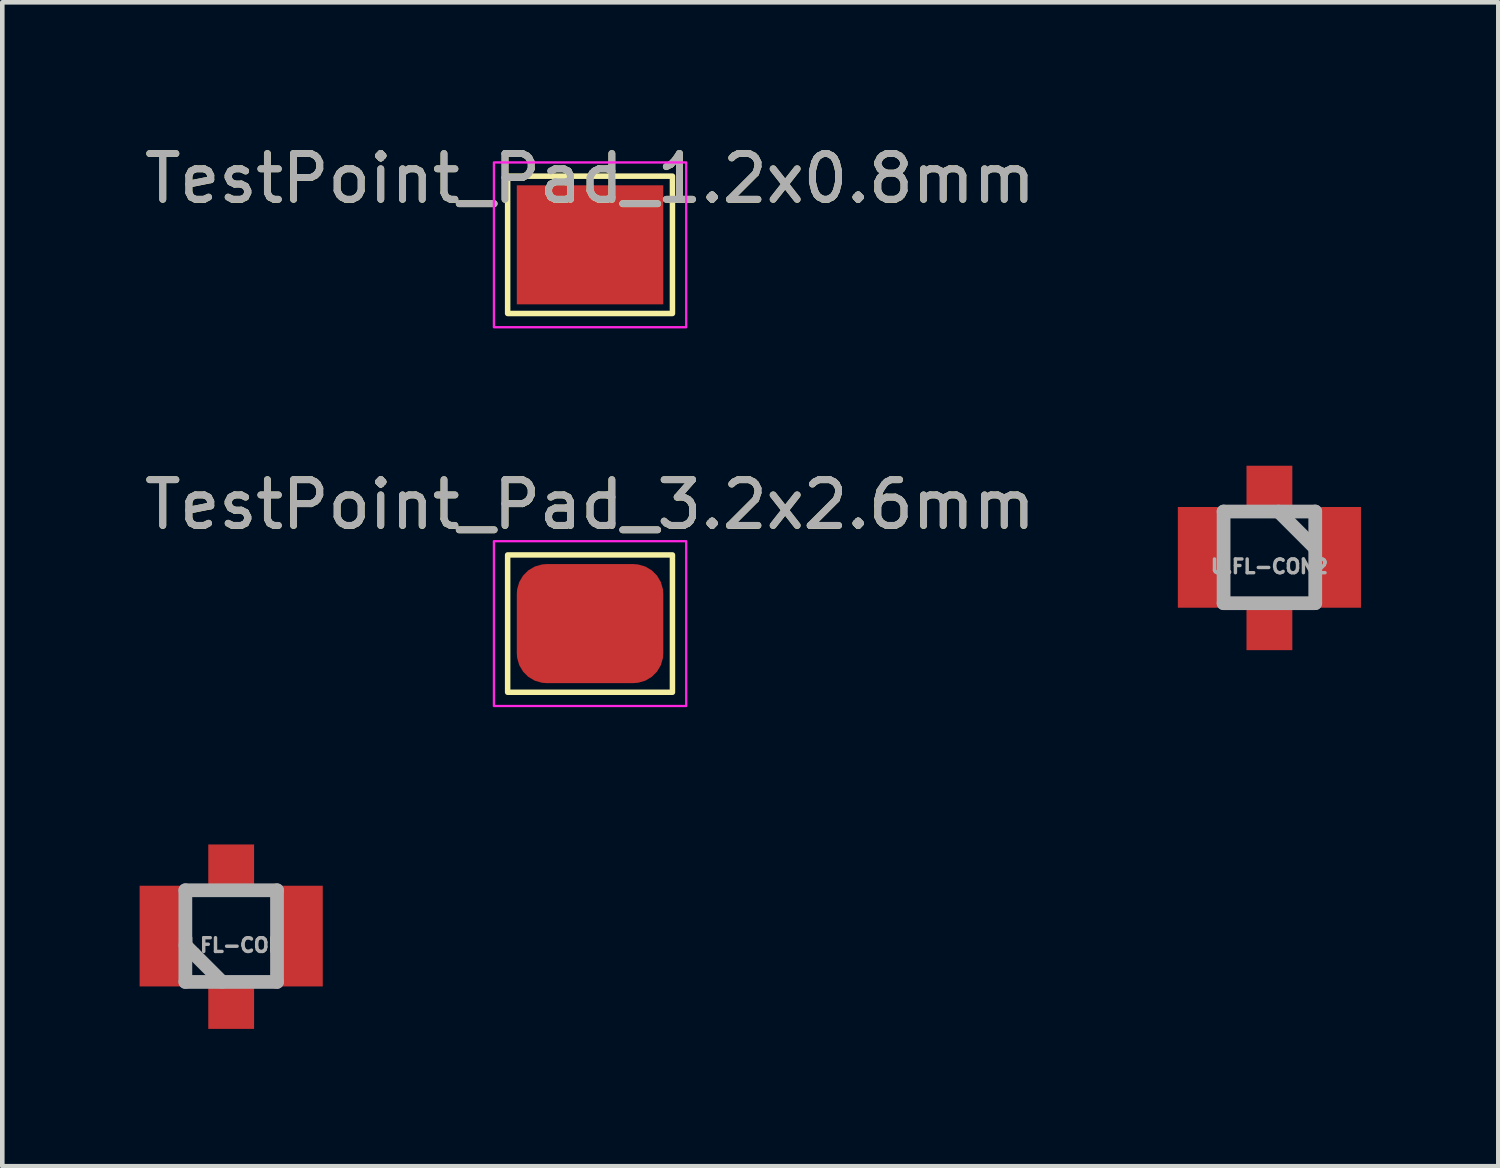
<source format=kicad_pcb>
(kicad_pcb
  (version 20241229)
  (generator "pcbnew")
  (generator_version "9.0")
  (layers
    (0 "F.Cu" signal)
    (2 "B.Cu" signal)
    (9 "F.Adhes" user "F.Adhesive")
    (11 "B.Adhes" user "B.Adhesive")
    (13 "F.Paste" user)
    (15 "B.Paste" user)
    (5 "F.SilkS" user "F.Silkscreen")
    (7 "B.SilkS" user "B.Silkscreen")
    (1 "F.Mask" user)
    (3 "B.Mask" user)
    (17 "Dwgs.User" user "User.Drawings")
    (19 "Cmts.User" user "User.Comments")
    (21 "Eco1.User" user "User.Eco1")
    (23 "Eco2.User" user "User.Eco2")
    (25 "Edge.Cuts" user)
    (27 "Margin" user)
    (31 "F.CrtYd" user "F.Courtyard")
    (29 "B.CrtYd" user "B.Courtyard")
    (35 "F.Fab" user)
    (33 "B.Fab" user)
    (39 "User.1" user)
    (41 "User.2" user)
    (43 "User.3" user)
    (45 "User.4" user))
  (footprint "TestPoint_Pad_1.2x0.8mm"
    (layer "F.Cu")
    (at 9.839 2.298)
    (property "Reference" "TestPoint_Pad_1.2x0.8mm" (at 0 -1.448 0) (layer "F.SilkS") (effects (font (size 1 1) (thickness 0.15))))
    (attr exclude_from_pos_files exclude_from_bom)
    (fp_rect (start -1.8 -1.5) (end 1.8 1.5) (stroke (width 0.12) (type default)) (fill no) (layer "F.SilkS"))
    (fp_rect (start 2.1 -1.8) (end -2.1 1.8) (stroke (width 0.05) (type default)) (fill no) (layer "F.CrtYd"))
    (fp_text user "${REFERENCE}" (at 0 -1.45 0) (layer "F.Fab") (effects (font (size 1 1) (thickness 0.15))))
    (pad "1" smd rect (at 0 0) (size 3.2 2.6) (layers "F.Cu" "F.Mask")))
  (footprint "U.FL-CON2"
    (layer "F.Cu")
    (at 24.679 9.125)
    (property "Reference" "U.FL-CON2" (at 0 0.2 0) (layer "F.Fab") (effects (font (size 0.3 0.3) (thickness 0.075))))
    (attr through_hole)
    (fp_line (start -1.001 -1.001) (end 1.001 -1.001) (stroke (width 0.3) (type solid)) (layer "F.Fab"))
    (fp_line (start -1.001 1.001) (end -1.001 -1.001) (stroke (width 0.3) (type solid)) (layer "F.Fab"))
    (fp_line (start 0.2 -1) (end 1 -0.2) (stroke (width 0.3) (type solid)) (layer "F.Fab"))
    (fp_line (start 1.001 -1.001) (end 1.001 1.001) (stroke (width 0.3) (type solid)) (layer "F.Fab"))
    (fp_line (start 1.001 1.001) (end -1.001 1.001) (stroke (width 0.3) (type solid)) (layer "F.Fab"))
    (pad "1" smd rect (at 0 1.501) (size 1.001 1.052) (layers "F.Cu" "F.Mask" "F.Paste"))
    (pad "2" smd rect (at -1.45 0) (size 1.1 2.2) (layers "F.Cu" "F.Mask" "F.Paste"))
    (pad "2" smd rect (at 0 -1.501) (size 1.001 1.001) (layers "F.Cu" "F.Mask" "F.Paste"))
    (pad "2" smd rect (at 1.45 0) (size 1.1 2.2) (layers "F.Cu" "F.Mask" "F.Paste")))
  (footprint "TestPoint_Pad_3.2x2.6mm"
    (layer "F.Cu")
    (at 9.839 10.572)
    (property "Reference" "TestPoint_Pad_3.2x2.6mm" (at 0 -2.598 0) (layer "F.SilkS") (effects (font (size 1 1) (thickness 0.15))))
    (attr exclude_from_pos_files exclude_from_bom)
    (fp_rect (start -1.8 -1.5) (end 1.8 1.5) (stroke (width 0.12) (type default)) (fill no) (layer "F.SilkS"))
    (fp_rect (start 2.1 -1.8) (end -2.1 1.8) (stroke (width 0.05) (type default)) (fill no) (layer "F.CrtYd"))
    (fp_text user "${REFERENCE}" (at 0 -2.6 0) (layer "F.Fab") (effects (font (size 1 1) (thickness 0.15))))
    (pad "1" smd roundrect (at 0 0) (size 3.2 2.6) (layers "F.Cu" "F.Mask") (roundrect_rratio 0.25)))
  (footprint "U.FL-CON"
    (layer "F.Cu")
    (at 2 17.398)
    (property "Reference" "U.FL-CON" (at 0 0.2 0) (layer "F.Fab") (effects (font (size 0.3 0.3) (thickness 0.075))))
    (attr through_hole)
    (fp_line (start -1.001 -1.001) (end 1.001 -1.001) (stroke (width 0.3) (type solid)) (layer "F.Fab"))
    (fp_line (start -1.001 1.001) (end -1.001 -1.001) (stroke (width 0.3) (type solid)) (layer "F.Fab"))
    (fp_line (start -1 0.2) (end -0.2 1) (stroke (width 0.3) (type solid)) (layer "F.Fab"))
    (fp_line (start 1.001 -1.001) (end 1.001 1.001) (stroke (width 0.3) (type solid)) (layer "F.Fab"))
    (fp_line (start 1.001 1.001) (end -1.001 1.001) (stroke (width 0.3) (type solid)) (layer "F.Fab"))
    (pad "1" smd rect (at 0 1.501) (size 1.001 1.052) (layers "F.Cu" "F.Mask" "F.Paste"))
    (pad "2" smd rect (at -1.45 0) (size 1.1 2.2) (layers "F.Cu" "F.Mask" "F.Paste"))
    (pad "2" smd rect (at 0 -1.501) (size 1.001 1.001) (layers "F.Cu" "F.Mask" "F.Paste"))
    (pad "2" smd rect (at 1.45 0) (size 1.1 2.2) (layers "F.Cu" "F.Mask" "F.Paste")))
  (gr_rect
    (start -3 -3)
    (end 29.679 22.425)
    (stroke (width 0.1) (type default))
    (fill no)
    (layer "Edge.Cuts")))
</source>
